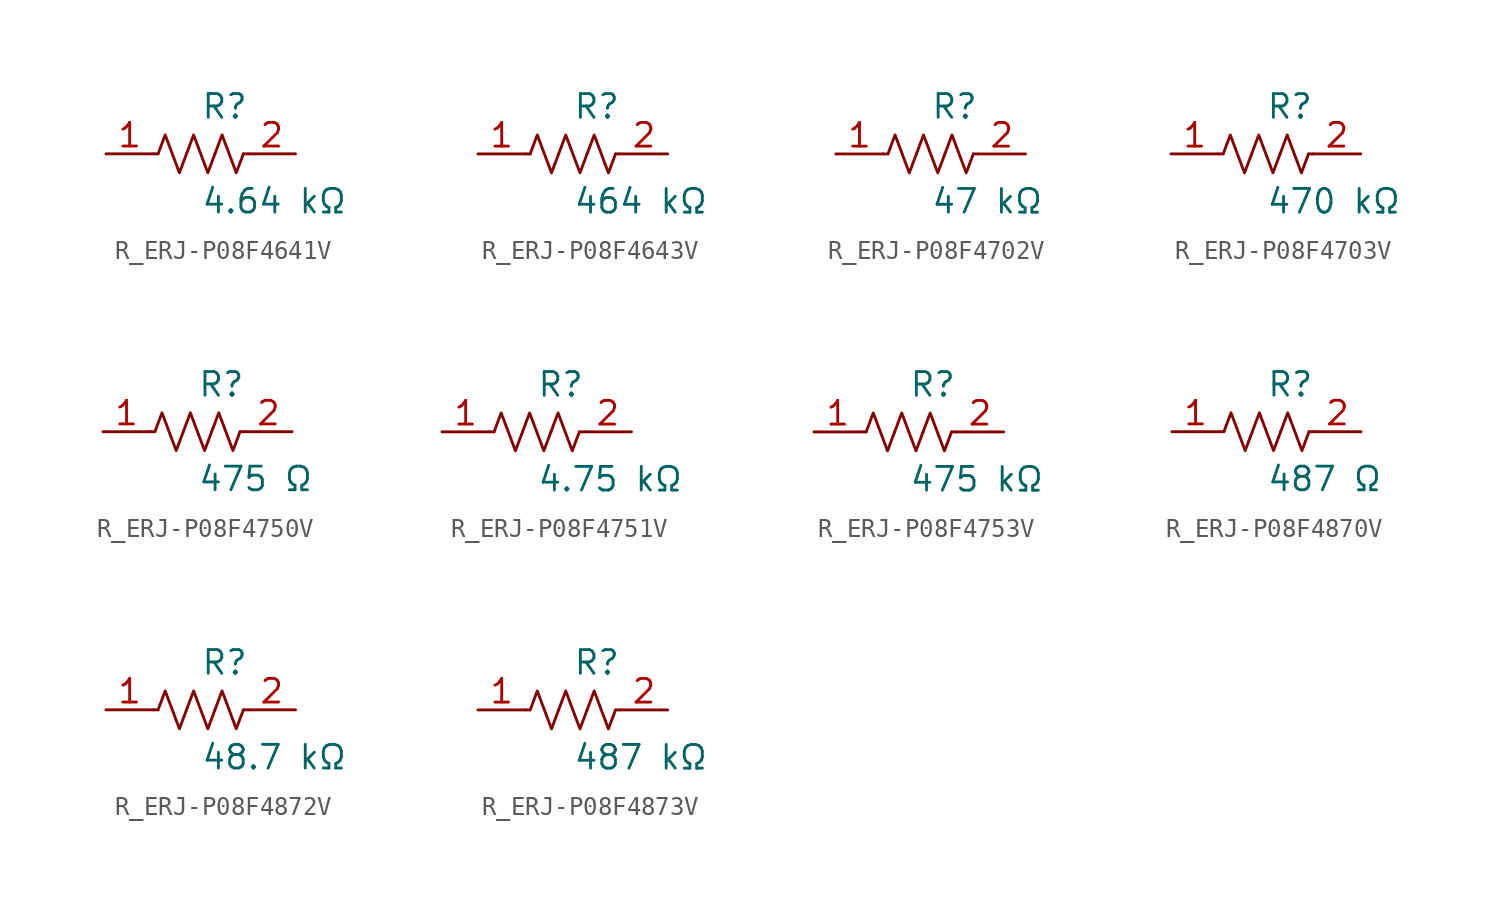
<source format=kicad_sym>
(kicad_symbol_lib
  (version 20231120)
  (generator kicad_symbol_editor)
  (generator_version 8.0)
  (symbol "R_ERJ-P08F4641V"
    (pin_names
      (offset 0.254))
    (property "Reference" "R"
      (at 0.0 2.54 0)
      (effects (font (size 1.27 1.27)) (justify left)))
    (property "Value" "4.64 kΩ"
      (at 0.0 -2.54 0)
      (effects (font (size 1.27 1.27)) (justify left)))
    (symbol "R_ERJ-P08F4641V_0_1"
      (polyline (pts (xy 2.286 0) (xy 2.54 0)) (stroke (width 0) (type default)) (fill (type none)))
      (polyline (pts (xy -2.286 0) (xy -2.54 0)) (stroke (width 0) (type default)) (fill (type none)))
      (polyline (pts (xy 0.762 0) (xy 1.143 1.016) (xy 1.524 0) (xy 1.905 -1.016) (xy 2.286 0)) (stroke (width 0) (type default)) (fill (type none)))
      (polyline (pts (xy -0.762 0) (xy -0.381 1.016) (xy 0 0) (xy 0.381 -1.016) (xy 0.762 0)) (stroke (width 0) (type default)) (fill (type none)))
      (polyline (pts (xy -2.286 0) (xy -1.905 1.016) (xy -1.524 0) (xy -1.143 -1.016) (xy -0.762 0)) (stroke (width 0) (type default)) (fill (type none))))
    (pin unspecified line
      (at -5.08 0 0)
      (length 2.54)
      (name "" (effects (font (size 1.27 1.27))))
      (number "1" (effects (font (size 1.27 1.27)))))
    (pin unspecified line
      (at 5.08 0 180)
      (length 2.54)
      (name "" (effects (font (size 1.27 1.27))))
      (number "2" (effects (font (size 1.27 1.27))))))
  (symbol "R_ERJ-P08F4643V"
    (pin_names
      (offset 0.254))
    (property "Reference" "R"
      (at 0.0 2.54 0)
      (effects (font (size 1.27 1.27)) (justify left)))
    (property "Value" "464 kΩ"
      (at 0.0 -2.54 0)
      (effects (font (size 1.27 1.27)) (justify left)))
    (symbol "R_ERJ-P08F4643V_0_1"
      (polyline (pts (xy 2.286 0) (xy 2.54 0)) (stroke (width 0) (type default)) (fill (type none)))
      (polyline (pts (xy -2.286 0) (xy -2.54 0)) (stroke (width 0) (type default)) (fill (type none)))
      (polyline (pts (xy 0.762 0) (xy 1.143 1.016) (xy 1.524 0) (xy 1.905 -1.016) (xy 2.286 0)) (stroke (width 0) (type default)) (fill (type none)))
      (polyline (pts (xy -0.762 0) (xy -0.381 1.016) (xy 0 0) (xy 0.381 -1.016) (xy 0.762 0)) (stroke (width 0) (type default)) (fill (type none)))
      (polyline (pts (xy -2.286 0) (xy -1.905 1.016) (xy -1.524 0) (xy -1.143 -1.016) (xy -0.762 0)) (stroke (width 0) (type default)) (fill (type none))))
    (pin unspecified line
      (at -5.08 0 0)
      (length 2.54)
      (name "" (effects (font (size 1.27 1.27))))
      (number "1" (effects (font (size 1.27 1.27)))))
    (pin unspecified line
      (at 5.08 0 180)
      (length 2.54)
      (name "" (effects (font (size 1.27 1.27))))
      (number "2" (effects (font (size 1.27 1.27))))))
  (symbol "R_ERJ-P08F4702V"
    (pin_names
      (offset 0.254))
    (property "Reference" "R"
      (at 0.0 2.54 0)
      (effects (font (size 1.27 1.27)) (justify left)))
    (property "Value" "47 kΩ"
      (at 0.0 -2.54 0)
      (effects (font (size 1.27 1.27)) (justify left)))
    (symbol "R_ERJ-P08F4702V_0_1"
      (polyline (pts (xy 2.286 0) (xy 2.54 0)) (stroke (width 0) (type default)) (fill (type none)))
      (polyline (pts (xy -2.286 0) (xy -2.54 0)) (stroke (width 0) (type default)) (fill (type none)))
      (polyline (pts (xy 0.762 0) (xy 1.143 1.016) (xy 1.524 0) (xy 1.905 -1.016) (xy 2.286 0)) (stroke (width 0) (type default)) (fill (type none)))
      (polyline (pts (xy -0.762 0) (xy -0.381 1.016) (xy 0 0) (xy 0.381 -1.016) (xy 0.762 0)) (stroke (width 0) (type default)) (fill (type none)))
      (polyline (pts (xy -2.286 0) (xy -1.905 1.016) (xy -1.524 0) (xy -1.143 -1.016) (xy -0.762 0)) (stroke (width 0) (type default)) (fill (type none))))
    (pin unspecified line
      (at -5.08 0 0)
      (length 2.54)
      (name "" (effects (font (size 1.27 1.27))))
      (number "1" (effects (font (size 1.27 1.27)))))
    (pin unspecified line
      (at 5.08 0 180)
      (length 2.54)
      (name "" (effects (font (size 1.27 1.27))))
      (number "2" (effects (font (size 1.27 1.27))))))
  (symbol "R_ERJ-P08F4703V"
    (pin_names
      (offset 0.254))
    (property "Reference" "R"
      (at 0.0 2.54 0)
      (effects (font (size 1.27 1.27)) (justify left)))
    (property "Value" "470 kΩ"
      (at 0.0 -2.54 0)
      (effects (font (size 1.27 1.27)) (justify left)))
    (symbol "R_ERJ-P08F4703V_0_1"
      (polyline (pts (xy 2.286 0) (xy 2.54 0)) (stroke (width 0) (type default)) (fill (type none)))
      (polyline (pts (xy -2.286 0) (xy -2.54 0)) (stroke (width 0) (type default)) (fill (type none)))
      (polyline (pts (xy 0.762 0) (xy 1.143 1.016) (xy 1.524 0) (xy 1.905 -1.016) (xy 2.286 0)) (stroke (width 0) (type default)) (fill (type none)))
      (polyline (pts (xy -0.762 0) (xy -0.381 1.016) (xy 0 0) (xy 0.381 -1.016) (xy 0.762 0)) (stroke (width 0) (type default)) (fill (type none)))
      (polyline (pts (xy -2.286 0) (xy -1.905 1.016) (xy -1.524 0) (xy -1.143 -1.016) (xy -0.762 0)) (stroke (width 0) (type default)) (fill (type none))))
    (pin unspecified line
      (at -5.08 0 0)
      (length 2.54)
      (name "" (effects (font (size 1.27 1.27))))
      (number "1" (effects (font (size 1.27 1.27)))))
    (pin unspecified line
      (at 5.08 0 180)
      (length 2.54)
      (name "" (effects (font (size 1.27 1.27))))
      (number "2" (effects (font (size 1.27 1.27))))))
  (symbol "R_ERJ-P08F4750V"
    (pin_names
      (offset 0.254))
    (property "Reference" "R"
      (at 0.0 2.54 0)
      (effects (font (size 1.27 1.27)) (justify left)))
    (property "Value" "475 Ω"
      (at 0.0 -2.54 0)
      (effects (font (size 1.27 1.27)) (justify left)))
    (symbol "R_ERJ-P08F4750V_0_1"
      (polyline (pts (xy 2.286 0) (xy 2.54 0)) (stroke (width 0) (type default)) (fill (type none)))
      (polyline (pts (xy -2.286 0) (xy -2.54 0)) (stroke (width 0) (type default)) (fill (type none)))
      (polyline (pts (xy 0.762 0) (xy 1.143 1.016) (xy 1.524 0) (xy 1.905 -1.016) (xy 2.286 0)) (stroke (width 0) (type default)) (fill (type none)))
      (polyline (pts (xy -0.762 0) (xy -0.381 1.016) (xy 0 0) (xy 0.381 -1.016) (xy 0.762 0)) (stroke (width 0) (type default)) (fill (type none)))
      (polyline (pts (xy -2.286 0) (xy -1.905 1.016) (xy -1.524 0) (xy -1.143 -1.016) (xy -0.762 0)) (stroke (width 0) (type default)) (fill (type none))))
    (pin unspecified line
      (at -5.08 0 0)
      (length 2.54)
      (name "" (effects (font (size 1.27 1.27))))
      (number "1" (effects (font (size 1.27 1.27)))))
    (pin unspecified line
      (at 5.08 0 180)
      (length 2.54)
      (name "" (effects (font (size 1.27 1.27))))
      (number "2" (effects (font (size 1.27 1.27))))))
  (symbol "R_ERJ-P08F4751V"
    (pin_names
      (offset 0.254))
    (property "Reference" "R"
      (at 0.0 2.54 0)
      (effects (font (size 1.27 1.27)) (justify left)))
    (property "Value" "4.75 kΩ"
      (at 0.0 -2.54 0)
      (effects (font (size 1.27 1.27)) (justify left)))
    (symbol "R_ERJ-P08F4751V_0_1"
      (polyline (pts (xy 2.286 0) (xy 2.54 0)) (stroke (width 0) (type default)) (fill (type none)))
      (polyline (pts (xy -2.286 0) (xy -2.54 0)) (stroke (width 0) (type default)) (fill (type none)))
      (polyline (pts (xy 0.762 0) (xy 1.143 1.016) (xy 1.524 0) (xy 1.905 -1.016) (xy 2.286 0)) (stroke (width 0) (type default)) (fill (type none)))
      (polyline (pts (xy -0.762 0) (xy -0.381 1.016) (xy 0 0) (xy 0.381 -1.016) (xy 0.762 0)) (stroke (width 0) (type default)) (fill (type none)))
      (polyline (pts (xy -2.286 0) (xy -1.905 1.016) (xy -1.524 0) (xy -1.143 -1.016) (xy -0.762 0)) (stroke (width 0) (type default)) (fill (type none))))
    (pin unspecified line
      (at -5.08 0 0)
      (length 2.54)
      (name "" (effects (font (size 1.27 1.27))))
      (number "1" (effects (font (size 1.27 1.27)))))
    (pin unspecified line
      (at 5.08 0 180)
      (length 2.54)
      (name "" (effects (font (size 1.27 1.27))))
      (number "2" (effects (font (size 1.27 1.27))))))
  (symbol "R_ERJ-P08F4753V"
    (pin_names
      (offset 0.254))
    (property "Reference" "R"
      (at 0.0 2.54 0)
      (effects (font (size 1.27 1.27)) (justify left)))
    (property "Value" "475 kΩ"
      (at 0.0 -2.54 0)
      (effects (font (size 1.27 1.27)) (justify left)))
    (symbol "R_ERJ-P08F4753V_0_1"
      (polyline (pts (xy 2.286 0) (xy 2.54 0)) (stroke (width 0) (type default)) (fill (type none)))
      (polyline (pts (xy -2.286 0) (xy -2.54 0)) (stroke (width 0) (type default)) (fill (type none)))
      (polyline (pts (xy 0.762 0) (xy 1.143 1.016) (xy 1.524 0) (xy 1.905 -1.016) (xy 2.286 0)) (stroke (width 0) (type default)) (fill (type none)))
      (polyline (pts (xy -0.762 0) (xy -0.381 1.016) (xy 0 0) (xy 0.381 -1.016) (xy 0.762 0)) (stroke (width 0) (type default)) (fill (type none)))
      (polyline (pts (xy -2.286 0) (xy -1.905 1.016) (xy -1.524 0) (xy -1.143 -1.016) (xy -0.762 0)) (stroke (width 0) (type default)) (fill (type none))))
    (pin unspecified line
      (at -5.08 0 0)
      (length 2.54)
      (name "" (effects (font (size 1.27 1.27))))
      (number "1" (effects (font (size 1.27 1.27)))))
    (pin unspecified line
      (at 5.08 0 180)
      (length 2.54)
      (name "" (effects (font (size 1.27 1.27))))
      (number "2" (effects (font (size 1.27 1.27))))))
  (symbol "R_ERJ-P08F4870V"
    (pin_names
      (offset 0.254))
    (property "Reference" "R"
      (at 0.0 2.54 0)
      (effects (font (size 1.27 1.27)) (justify left)))
    (property "Value" "487 Ω"
      (at 0.0 -2.54 0)
      (effects (font (size 1.27 1.27)) (justify left)))
    (symbol "R_ERJ-P08F4870V_0_1"
      (polyline (pts (xy 2.286 0) (xy 2.54 0)) (stroke (width 0) (type default)) (fill (type none)))
      (polyline (pts (xy -2.286 0) (xy -2.54 0)) (stroke (width 0) (type default)) (fill (type none)))
      (polyline (pts (xy 0.762 0) (xy 1.143 1.016) (xy 1.524 0) (xy 1.905 -1.016) (xy 2.286 0)) (stroke (width 0) (type default)) (fill (type none)))
      (polyline (pts (xy -0.762 0) (xy -0.381 1.016) (xy 0 0) (xy 0.381 -1.016) (xy 0.762 0)) (stroke (width 0) (type default)) (fill (type none)))
      (polyline (pts (xy -2.286 0) (xy -1.905 1.016) (xy -1.524 0) (xy -1.143 -1.016) (xy -0.762 0)) (stroke (width 0) (type default)) (fill (type none))))
    (pin unspecified line
      (at -5.08 0 0)
      (length 2.54)
      (name "" (effects (font (size 1.27 1.27))))
      (number "1" (effects (font (size 1.27 1.27)))))
    (pin unspecified line
      (at 5.08 0 180)
      (length 2.54)
      (name "" (effects (font (size 1.27 1.27))))
      (number "2" (effects (font (size 1.27 1.27))))))
  (symbol "R_ERJ-P08F4872V"
    (pin_names
      (offset 0.254))
    (property "Reference" "R"
      (at 0.0 2.54 0)
      (effects (font (size 1.27 1.27)) (justify left)))
    (property "Value" "48.7 kΩ"
      (at 0.0 -2.54 0)
      (effects (font (size 1.27 1.27)) (justify left)))
    (symbol "R_ERJ-P08F4872V_0_1"
      (polyline (pts (xy 2.286 0) (xy 2.54 0)) (stroke (width 0) (type default)) (fill (type none)))
      (polyline (pts (xy -2.286 0) (xy -2.54 0)) (stroke (width 0) (type default)) (fill (type none)))
      (polyline (pts (xy 0.762 0) (xy 1.143 1.016) (xy 1.524 0) (xy 1.905 -1.016) (xy 2.286 0)) (stroke (width 0) (type default)) (fill (type none)))
      (polyline (pts (xy -0.762 0) (xy -0.381 1.016) (xy 0 0) (xy 0.381 -1.016) (xy 0.762 0)) (stroke (width 0) (type default)) (fill (type none)))
      (polyline (pts (xy -2.286 0) (xy -1.905 1.016) (xy -1.524 0) (xy -1.143 -1.016) (xy -0.762 0)) (stroke (width 0) (type default)) (fill (type none))))
    (pin unspecified line
      (at -5.08 0 0)
      (length 2.54)
      (name "" (effects (font (size 1.27 1.27))))
      (number "1" (effects (font (size 1.27 1.27)))))
    (pin unspecified line
      (at 5.08 0 180)
      (length 2.54)
      (name "" (effects (font (size 1.27 1.27))))
      (number "2" (effects (font (size 1.27 1.27))))))
  (symbol "R_ERJ-P08F4873V"
    (pin_names
      (offset 0.254))
    (property "Reference" "R"
      (at 0.0 2.54 0)
      (effects (font (size 1.27 1.27)) (justify left)))
    (property "Value" "487 kΩ"
      (at 0.0 -2.54 0)
      (effects (font (size 1.27 1.27)) (justify left)))
    (symbol "R_ERJ-P08F4873V_0_1"
      (polyline (pts (xy 2.286 0) (xy 2.54 0)) (stroke (width 0) (type default)) (fill (type none)))
      (polyline (pts (xy -2.286 0) (xy -2.54 0)) (stroke (width 0) (type default)) (fill (type none)))
      (polyline (pts (xy 0.762 0) (xy 1.143 1.016) (xy 1.524 0) (xy 1.905 -1.016) (xy 2.286 0)) (stroke (width 0) (type default)) (fill (type none)))
      (polyline (pts (xy -0.762 0) (xy -0.381 1.016) (xy 0 0) (xy 0.381 -1.016) (xy 0.762 0)) (stroke (width 0) (type default)) (fill (type none)))
      (polyline (pts (xy -2.286 0) (xy -1.905 1.016) (xy -1.524 0) (xy -1.143 -1.016) (xy -0.762 0)) (stroke (width 0) (type default)) (fill (type none))))
    (pin unspecified line
      (at -5.08 0 0)
      (length 2.54)
      (name "" (effects (font (size 1.27 1.27))))
      (number "1" (effects (font (size 1.27 1.27)))))
    (pin unspecified line
      (at 5.08 0 180)
      (length 2.54)
      (name "" (effects (font (size 1.27 1.27))))
      (number "2" (effects (font (size 1.27 1.27)))))))
</source>
